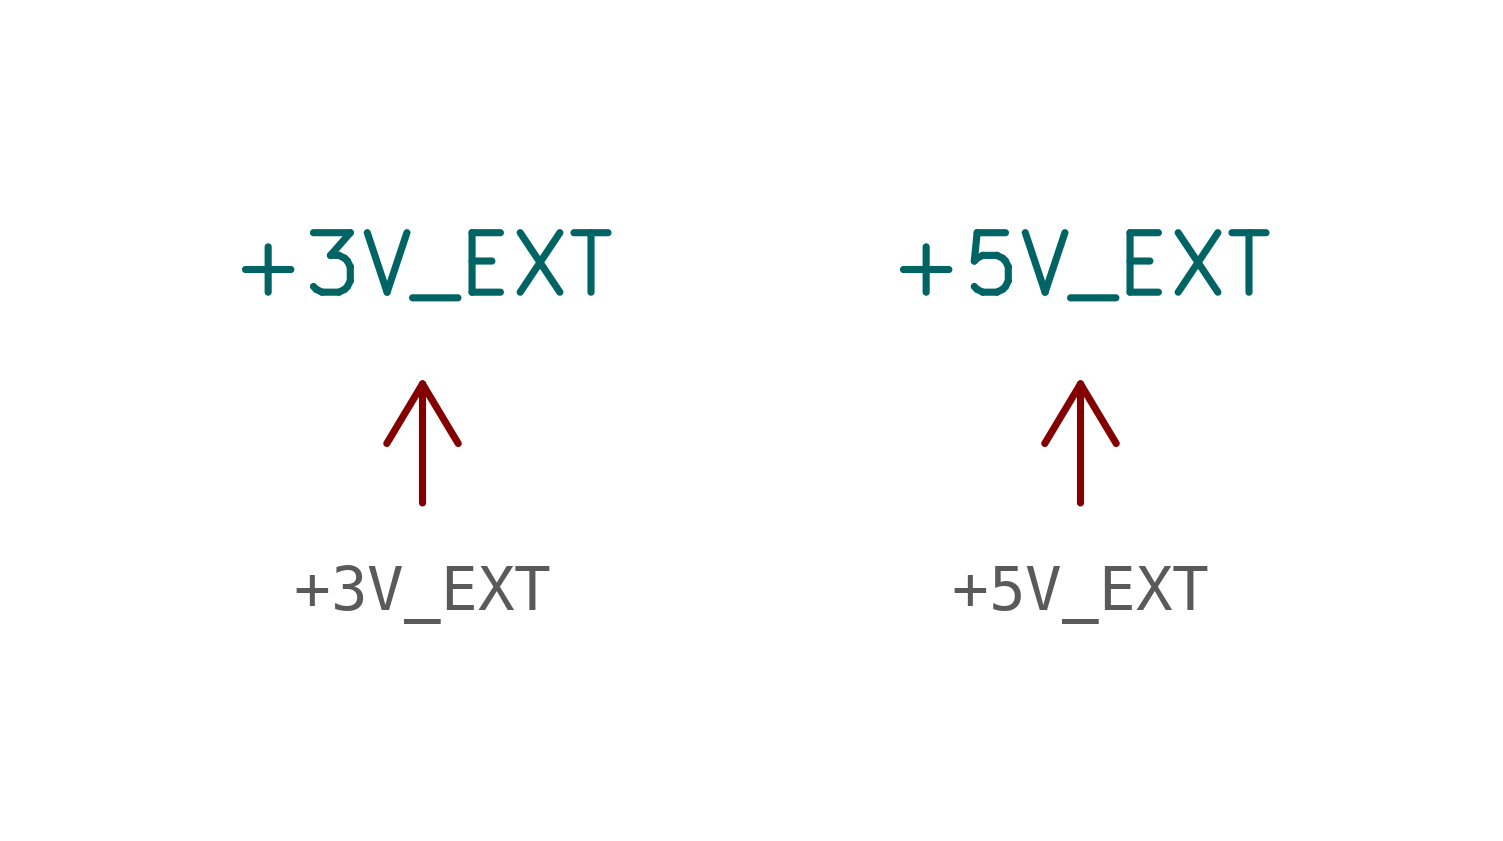
<source format=kicad_sym>
(kicad_symbol_lib
  (version 20220914)
  (generator kicad_symbol_editor)
  (symbol "+3V_EXT"
    (power)
    (pin_names
      (offset 0))
    (property "Reference" "#PWR"
      (at 6.35 0 0)
      (effects (font (size 1.27 1.27)) hide))
    (property "Value" "+3V_EXT"
      (at 0 5.08 0)
      (effects (font (size 1.27 1.27))))
    (symbol "+3V_EXT_0_1"
      (polyline (pts (xy -0.762 1.27) (xy 0 2.54)) (stroke (width 0) (type default)) (fill (type none)))
      (polyline (pts (xy 0 0) (xy 0 2.54)) (stroke (width 0) (type default)) (fill (type none)))
      (polyline (pts (xy 0 2.54) (xy 0.762 1.27)) (stroke (width 0) (type default)) (fill (type none))))
    (symbol "+3V_EXT_1_1"
      (pin power_in line (at 0 0 90) (length 0) hide (name "+3V_EXT" (effects (font (size 1.27 1.27)))) (number "1" (effects (font (size 1.27 1.27)))))))
  (symbol "+5V_EXT"
    (power)
    (pin_names
      (offset 0))
    (property "Reference" "#PWR"
      (at 6.35 0 0)
      (effects (font (size 1.27 1.27)) hide))
    (property "Value" "+5V_EXT"
      (at 0 5.08 0)
      (effects (font (size 1.27 1.27))))
    (symbol "+5V_EXT_0_1"
      (polyline (pts (xy -0.762 1.27) (xy 0 2.54)) (stroke (width 0) (type default)) (fill (type none)))
      (polyline (pts (xy 0 0) (xy 0 2.54)) (stroke (width 0) (type default)) (fill (type none)))
      (polyline (pts (xy 0 2.54) (xy 0.762 1.27)) (stroke (width 0) (type default)) (fill (type none))))
    (symbol "+5V_EXT_1_1"
      (pin power_in line (at 0 0 90) (length 0) hide (name "+5V_EXT" (effects (font (size 1.27 1.27)))) (number "1" (effects (font (size 1.27 1.27))))))))
</source>
